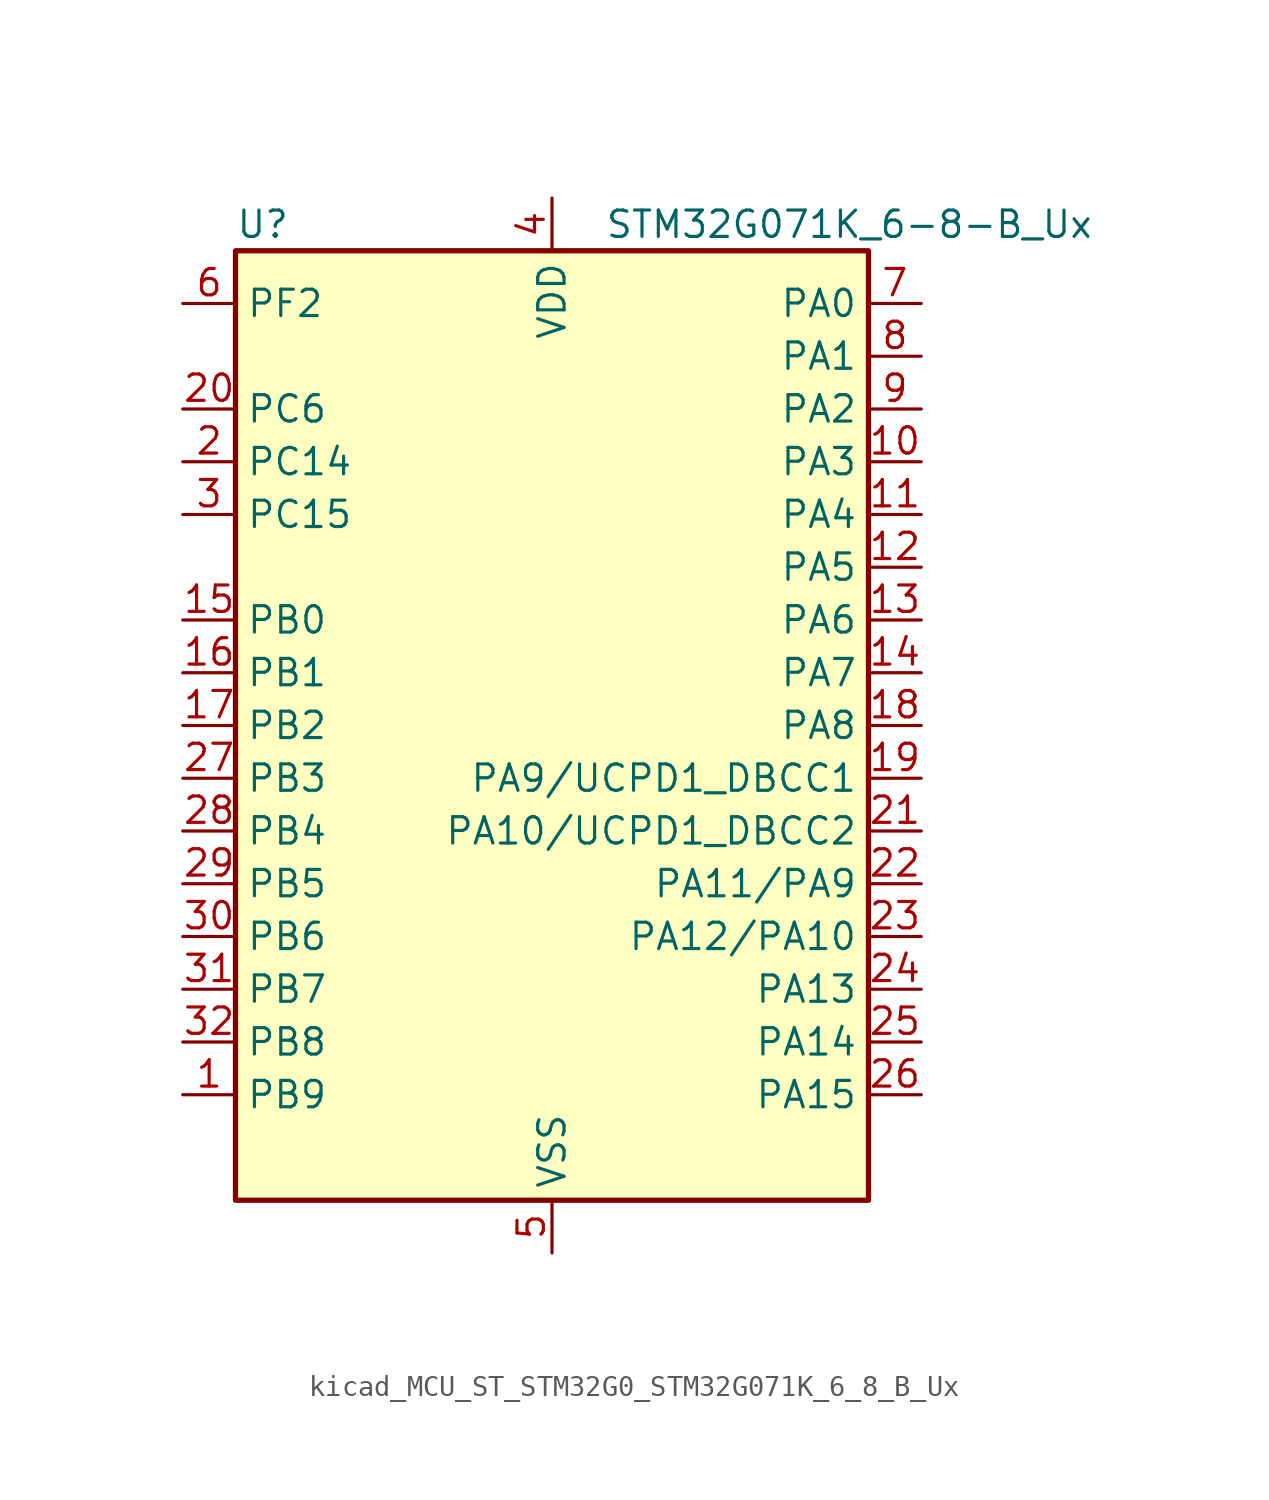
<source format=kicad_sym>
(kicad_symbol_lib
  (version 20220914)
  (generator kicad_symbol_editor)
  (symbol "kicad_MCU_ST_STM32G0_STM32G071K_6_8_B_Ux"
    (property "Reference" "U"
      (at -15.24 24.13 0)
      (effects (font (size 1.27 1.27)) (justify left)))
    (property "Value" "STM32G071K_6-8-B_Ux"
      (at 2.54 24.13 0)
      (effects (font (size 1.27 1.27)) (justify left)))
    (property "ki_locked" ""
      (at 0 0 0)
      (effects (font (size 1.27 1.27))))
    (symbol "kicad_MCU_ST_STM32G0_STM32G071K_6_8_B_Ux_0_1"
      (rectangle (start -15.24 -22.86) (end 15.24 22.86) (stroke (width 0.254) (type default)) (fill (type background))))
    (symbol "kicad_MCU_ST_STM32G0_STM32G071K_6_8_B_Ux_1_1"
      (pin bidirectional line (at -17.78 -17.78 0) (length 2.54) (name "PB9" (effects (font (size 1.27 1.27)))) (number "1" (effects (font (size 1.27 1.27)))) (alternate "DAC1_EXTI9" bidirectional line) (alternate "I2C1_SDA" bidirectional line) (alternate "IR_OUT" bidirectional line) (alternate "SPI2_NSS" bidirectional line) (alternate "TIM17_CH1" bidirectional line) (alternate "USART3_RX" bidirectional line))
      (pin bidirectional line (at 17.78 12.7 180) (length 2.54) (name "PA3" (effects (font (size 1.27 1.27)))) (number "10" (effects (font (size 1.27 1.27)))) (alternate "ADC1_IN3" bidirectional line) (alternate "COMP2_INP" bidirectional line) (alternate "LPUART1_RX" bidirectional line) (alternate "SPI2_MISO" bidirectional line) (alternate "TIM15_CH2" bidirectional line) (alternate "TIM2_CH4" bidirectional line) (alternate "USART2_RX" bidirectional line))
      (pin bidirectional line (at 17.78 10.16 180) (length 2.54) (name "PA4" (effects (font (size 1.27 1.27)))) (number "11" (effects (font (size 1.27 1.27)))) (alternate "ADC1_IN4" bidirectional line) (alternate "DAC1_OUT1" bidirectional line) (alternate "I2S1_WS" bidirectional line) (alternate "LPTIM2_OUT" bidirectional line) (alternate "RTC_OUT_ALARM" bidirectional line) (alternate "RTC_OUT_CALIB" bidirectional line) (alternate "RTC_TAMP_IN1" bidirectional line) (alternate "RTC_TS" bidirectional line) (alternate "SPI1_NSS" bidirectional line) (alternate "SPI2_MOSI" bidirectional line) (alternate "SYS_WKUP2" bidirectional line) (alternate "TIM14_CH1" bidirectional line))
      (pin bidirectional line (at 17.78 7.62 180) (length 2.54) (name "PA5" (effects (font (size 1.27 1.27)))) (number "12" (effects (font (size 1.27 1.27)))) (alternate "ADC1_IN5" bidirectional line) (alternate "CEC" bidirectional line) (alternate "DAC1_OUT2" bidirectional line) (alternate "I2S1_CK" bidirectional line) (alternate "LPTIM2_ETR" bidirectional line) (alternate "SPI1_SCK" bidirectional line) (alternate "TIM2_CH1" bidirectional line) (alternate "TIM2_ETR" bidirectional line) (alternate "UCPD1_FRSTX1" bidirectional line) (alternate "UCPD1_FRSTX2" bidirectional line) (alternate "USART3_TX" bidirectional line))
      (pin bidirectional line (at 17.78 5.08 180) (length 2.54) (name "PA6" (effects (font (size 1.27 1.27)))) (number "13" (effects (font (size 1.27 1.27)))) (alternate "ADC1_IN6" bidirectional line) (alternate "COMP1_OUT" bidirectional line) (alternate "I2S1_MCK" bidirectional line) (alternate "LPUART1_CTS" bidirectional line) (alternate "SPI1_MISO" bidirectional line) (alternate "TIM16_CH1" bidirectional line) (alternate "TIM1_BK" bidirectional line) (alternate "TIM3_CH1" bidirectional line) (alternate "USART3_CTS" bidirectional line) (alternate "USART3_NSS" bidirectional line))
      (pin bidirectional line (at 17.78 2.54 180) (length 2.54) (name "PA7" (effects (font (size 1.27 1.27)))) (number "14" (effects (font (size 1.27 1.27)))) (alternate "ADC1_IN7" bidirectional line) (alternate "COMP2_OUT" bidirectional line) (alternate "I2S1_SD" bidirectional line) (alternate "SPI1_MOSI" bidirectional line) (alternate "TIM14_CH1" bidirectional line) (alternate "TIM17_CH1" bidirectional line) (alternate "TIM1_CH1N" bidirectional line) (alternate "TIM3_CH2" bidirectional line) (alternate "UCPD1_FRSTX1" bidirectional line) (alternate "UCPD1_FRSTX2" bidirectional line))
      (pin bidirectional line (at -17.78 5.08 0) (length 2.54) (name "PB0" (effects (font (size 1.27 1.27)))) (number "15" (effects (font (size 1.27 1.27)))) (alternate "ADC1_IN8" bidirectional line) (alternate "COMP1_OUT" bidirectional line) (alternate "I2S1_WS" bidirectional line) (alternate "LPTIM1_OUT" bidirectional line) (alternate "SPI1_NSS" bidirectional line) (alternate "TIM1_CH2N" bidirectional line) (alternate "TIM3_CH3" bidirectional line) (alternate "UCPD1_FRSTX1" bidirectional line) (alternate "UCPD1_FRSTX2" bidirectional line) (alternate "USART3_RX" bidirectional line))
      (pin bidirectional line (at -17.78 2.54 0) (length 2.54) (name "PB1" (effects (font (size 1.27 1.27)))) (number "16" (effects (font (size 1.27 1.27)))) (alternate "ADC1_IN9" bidirectional line) (alternate "COMP1_INM" bidirectional line) (alternate "LPTIM2_IN1" bidirectional line) (alternate "LPUART1_DE" bidirectional line) (alternate "LPUART1_RTS" bidirectional line) (alternate "TIM14_CH1" bidirectional line) (alternate "TIM1_CH3N" bidirectional line) (alternate "TIM3_CH4" bidirectional line) (alternate "USART3_CK" bidirectional line) (alternate "USART3_DE" bidirectional line) (alternate "USART3_RTS" bidirectional line))
      (pin bidirectional line (at -17.78 0 0) (length 2.54) (name "PB2" (effects (font (size 1.27 1.27)))) (number "17" (effects (font (size 1.27 1.27)))) (alternate "ADC1_IN10" bidirectional line) (alternate "COMP1_INP" bidirectional line) (alternate "LPTIM1_OUT" bidirectional line) (alternate "SPI2_MISO" bidirectional line) (alternate "USART3_TX" bidirectional line))
      (pin bidirectional line (at 17.78 0 180) (length 2.54) (name "PA8" (effects (font (size 1.27 1.27)))) (number "18" (effects (font (size 1.27 1.27)))) (alternate "LPTIM2_OUT" bidirectional line) (alternate "RCC_MCO" bidirectional line) (alternate "SPI2_NSS" bidirectional line) (alternate "TIM1_CH1" bidirectional line) (alternate "UCPD1_CC1" bidirectional line))
      (pin bidirectional line (at 17.78 -2.54 180) (length 2.54) (name "PA9/UCPD1_DBCC1" (effects (font (size 1.27 1.27)))) (number "19" (effects (font (size 1.27 1.27)))) (alternate "DAC1_EXTI9" bidirectional line) (alternate "I2C1_SCL" bidirectional line) (alternate "RCC_MCO" bidirectional line) (alternate "SPI2_MISO" bidirectional line) (alternate "TIM15_BK" bidirectional line) (alternate "TIM1_CH2" bidirectional line) (alternate "UCPD1_DBCC1" bidirectional line) (alternate "USART1_TX" bidirectional line))
      (pin bidirectional line (at -17.78 12.7 0) (length 2.54) (name "PC14" (effects (font (size 1.27 1.27)))) (number "2" (effects (font (size 1.27 1.27)))) (alternate "RCC_OSC32_IN" bidirectional line) (alternate "RCC_OSC_IN" bidirectional line) (alternate "TIM1_BK2" bidirectional line))
      (pin bidirectional line (at -17.78 15.24 0) (length 2.54) (name "PC6" (effects (font (size 1.27 1.27)))) (number "20" (effects (font (size 1.27 1.27)))) (alternate "TIM2_CH3" bidirectional line) (alternate "TIM3_CH1" bidirectional line) (alternate "UCPD1_FRSTX1" bidirectional line) (alternate "UCPD1_FRSTX2" bidirectional line))
      (pin bidirectional line (at 17.78 -5.08 180) (length 2.54) (name "PA10/UCPD1_DBCC2" (effects (font (size 1.27 1.27)))) (number "21" (effects (font (size 1.27 1.27)))) (alternate "I2C1_SDA" bidirectional line) (alternate "SPI2_MOSI" bidirectional line) (alternate "TIM17_BK" bidirectional line) (alternate "TIM1_CH3" bidirectional line) (alternate "UCPD1_DBCC2" bidirectional line) (alternate "USART1_RX" bidirectional line))
      (pin bidirectional line (at 17.78 -7.62 180) (length 2.54) (name "PA11/PA9" (effects (font (size 1.27 1.27)))) (number "22" (effects (font (size 1.27 1.27)))) (alternate "ADC1_EXTI11" bidirectional line) (alternate "COMP1_OUT" bidirectional line) (alternate "I2C2_SCL" bidirectional line) (alternate "I2S1_MCK" bidirectional line) (alternate "SPI1_MISO" bidirectional line) (alternate "TIM1_BK2" bidirectional line) (alternate "TIM1_CH4" bidirectional line) (alternate "USART1_CTS" bidirectional line) (alternate "USART1_NSS" bidirectional line))
      (pin bidirectional line (at 17.78 -10.16 180) (length 2.54) (name "PA12/PA10" (effects (font (size 1.27 1.27)))) (number "23" (effects (font (size 1.27 1.27)))) (alternate "COMP2_OUT" bidirectional line) (alternate "I2C2_SDA" bidirectional line) (alternate "I2S1_SD" bidirectional line) (alternate "I2S_CKIN" bidirectional line) (alternate "SPI1_MOSI" bidirectional line) (alternate "TIM1_ETR" bidirectional line) (alternate "USART1_CK" bidirectional line) (alternate "USART1_DE" bidirectional line) (alternate "USART1_RTS" bidirectional line))
      (pin bidirectional line (at 17.78 -12.7 180) (length 2.54) (name "PA13" (effects (font (size 1.27 1.27)))) (number "24" (effects (font (size 1.27 1.27)))) (alternate "IR_OUT" bidirectional line) (alternate "SYS_SWDIO" bidirectional line))
      (pin bidirectional line (at 17.78 -15.24 180) (length 2.54) (name "PA14" (effects (font (size 1.27 1.27)))) (number "25" (effects (font (size 1.27 1.27)))) (alternate "SYS_SWCLK" bidirectional line) (alternate "USART2_TX" bidirectional line))
      (pin bidirectional line (at 17.78 -17.78 180) (length 2.54) (name "PA15" (effects (font (size 1.27 1.27)))) (number "26" (effects (font (size 1.27 1.27)))) (alternate "I2S1_WS" bidirectional line) (alternate "SPI1_NSS" bidirectional line) (alternate "TIM2_CH1" bidirectional line) (alternate "TIM2_ETR" bidirectional line) (alternate "USART2_RX" bidirectional line) (alternate "USART3_CK" bidirectional line) (alternate "USART3_DE" bidirectional line) (alternate "USART3_RTS" bidirectional line) (alternate "USART4_CK" bidirectional line) (alternate "USART4_DE" bidirectional line) (alternate "USART4_RTS" bidirectional line))
      (pin bidirectional line (at -17.78 -2.54 0) (length 2.54) (name "PB3" (effects (font (size 1.27 1.27)))) (number "27" (effects (font (size 1.27 1.27)))) (alternate "COMP2_INM" bidirectional line) (alternate "I2S1_CK" bidirectional line) (alternate "SPI1_SCK" bidirectional line) (alternate "TIM1_CH2" bidirectional line) (alternate "TIM2_CH2" bidirectional line) (alternate "USART1_CK" bidirectional line) (alternate "USART1_DE" bidirectional line) (alternate "USART1_RTS" bidirectional line))
      (pin bidirectional line (at -17.78 -5.08 0) (length 2.54) (name "PB4" (effects (font (size 1.27 1.27)))) (number "28" (effects (font (size 1.27 1.27)))) (alternate "COMP2_INP" bidirectional line) (alternate "I2S1_MCK" bidirectional line) (alternate "SPI1_MISO" bidirectional line) (alternate "TIM17_BK" bidirectional line) (alternate "TIM3_CH1" bidirectional line) (alternate "USART1_CTS" bidirectional line) (alternate "USART1_NSS" bidirectional line))
      (pin bidirectional line (at -17.78 -7.62 0) (length 2.54) (name "PB5" (effects (font (size 1.27 1.27)))) (number "29" (effects (font (size 1.27 1.27)))) (alternate "COMP2_OUT" bidirectional line) (alternate "I2C1_SMBA" bidirectional line) (alternate "I2S1_SD" bidirectional line) (alternate "LPTIM1_IN1" bidirectional line) (alternate "SPI1_MOSI" bidirectional line) (alternate "SYS_WKUP6" bidirectional line) (alternate "TIM16_BK" bidirectional line) (alternate "TIM3_CH2" bidirectional line))
      (pin bidirectional line (at -17.78 10.16 0) (length 2.54) (name "PC15" (effects (font (size 1.27 1.27)))) (number "3" (effects (font (size 1.27 1.27)))) (alternate "RCC_OSC32_EN" bidirectional line) (alternate "RCC_OSC32_OUT" bidirectional line) (alternate "RCC_OSC_EN" bidirectional line) (alternate "TIM15_BK" bidirectional line))
      (pin bidirectional line (at -17.78 -10.16 0) (length 2.54) (name "PB6" (effects (font (size 1.27 1.27)))) (number "30" (effects (font (size 1.27 1.27)))) (alternate "COMP2_INP" bidirectional line) (alternate "I2C1_SCL" bidirectional line) (alternate "LPTIM1_ETR" bidirectional line) (alternate "SPI2_MISO" bidirectional line) (alternate "TIM16_CH1N" bidirectional line) (alternate "TIM1_CH3" bidirectional line) (alternate "USART1_TX" bidirectional line))
      (pin bidirectional line (at -17.78 -12.7 0) (length 2.54) (name "PB7" (effects (font (size 1.27 1.27)))) (number "31" (effects (font (size 1.27 1.27)))) (alternate "COMP2_INM" bidirectional line) (alternate "I2C1_SDA" bidirectional line) (alternate "LPTIM1_IN2" bidirectional line) (alternate "SPI2_MOSI" bidirectional line) (alternate "SYS_PVD_IN" bidirectional line) (alternate "TIM17_CH1N" bidirectional line) (alternate "USART1_RX" bidirectional line) (alternate "USART4_CTS" bidirectional line) (alternate "USART4_NSS" bidirectional line))
      (pin bidirectional line (at -17.78 -15.24 0) (length 2.54) (name "PB8" (effects (font (size 1.27 1.27)))) (number "32" (effects (font (size 1.27 1.27)))) (alternate "CEC" bidirectional line) (alternate "I2C1_SCL" bidirectional line) (alternate "SPI2_SCK" bidirectional line) (alternate "TIM15_BK" bidirectional line) (alternate "TIM16_CH1" bidirectional line) (alternate "USART3_TX" bidirectional line))
      (pin passive line (at 0 -25.4 90) (length 2.54) hide (name "VSS" (effects (font (size 1.27 1.27)))) (number "33" (effects (font (size 1.27 1.27)))))
      (pin power_in line (at 0 25.4 270) (length 2.54) (name "VDD" (effects (font (size 1.27 1.27)))) (number "4" (effects (font (size 1.27 1.27)))))
      (pin power_in line (at 0 -25.4 90) (length 2.54) (name "VSS" (effects (font (size 1.27 1.27)))) (number "5" (effects (font (size 1.27 1.27)))))
      (pin bidirectional line (at -17.78 20.32 0) (length 2.54) (name "PF2" (effects (font (size 1.27 1.27)))) (number "6" (effects (font (size 1.27 1.27)))) (alternate "RCC_MCO" bidirectional line))
      (pin bidirectional line (at 17.78 20.32 180) (length 2.54) (name "PA0" (effects (font (size 1.27 1.27)))) (number "7" (effects (font (size 1.27 1.27)))) (alternate "ADC1_IN0" bidirectional line) (alternate "COMP1_INM" bidirectional line) (alternate "COMP1_OUT" bidirectional line) (alternate "LPTIM1_OUT" bidirectional line) (alternate "RTC_TAMP_IN2" bidirectional line) (alternate "SPI2_SCK" bidirectional line) (alternate "SYS_WKUP1" bidirectional line) (alternate "TIM2_CH1" bidirectional line) (alternate "TIM2_ETR" bidirectional line) (alternate "USART2_CTS" bidirectional line) (alternate "USART2_NSS" bidirectional line) (alternate "USART4_TX" bidirectional line))
      (pin bidirectional line (at 17.78 17.78 180) (length 2.54) (name "PA1" (effects (font (size 1.27 1.27)))) (number "8" (effects (font (size 1.27 1.27)))) (alternate "ADC1_IN1" bidirectional line) (alternate "COMP1_INP" bidirectional line) (alternate "I2C1_SMBA" bidirectional line) (alternate "I2S1_CK" bidirectional line) (alternate "SPI1_SCK" bidirectional line) (alternate "TIM15_CH1N" bidirectional line) (alternate "TIM2_CH2" bidirectional line) (alternate "USART2_CK" bidirectional line) (alternate "USART2_DE" bidirectional line) (alternate "USART2_RTS" bidirectional line) (alternate "USART4_RX" bidirectional line))
      (pin bidirectional line (at 17.78 15.24 180) (length 2.54) (name "PA2" (effects (font (size 1.27 1.27)))) (number "9" (effects (font (size 1.27 1.27)))) (alternate "ADC1_IN2" bidirectional line) (alternate "COMP2_INM" bidirectional line) (alternate "COMP2_OUT" bidirectional line) (alternate "I2S1_SD" bidirectional line) (alternate "LPUART1_TX" bidirectional line) (alternate "RCC_LSCO" bidirectional line) (alternate "SPI1_MOSI" bidirectional line) (alternate "SYS_WKUP4" bidirectional line) (alternate "TIM15_CH1" bidirectional line) (alternate "TIM2_CH3" bidirectional line) (alternate "UCPD1_FRSTX1" bidirectional line) (alternate "UCPD1_FRSTX2" bidirectional line) (alternate "USART2_TX" bidirectional line)))))
</source>
